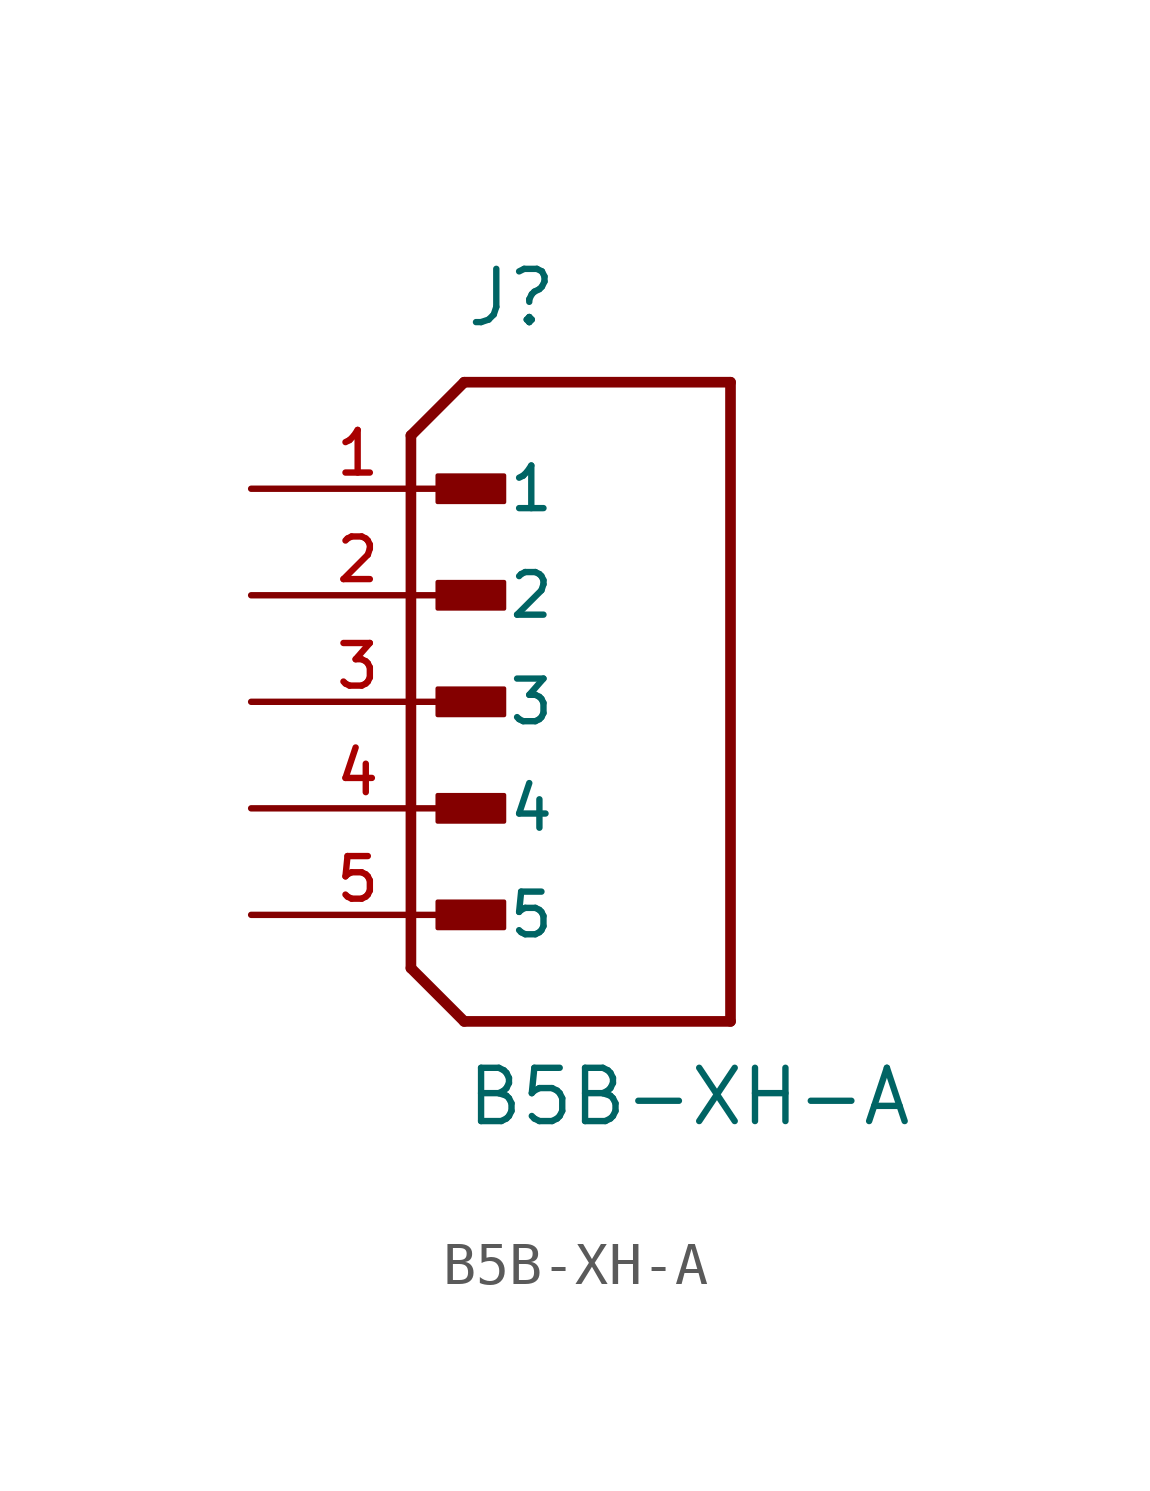
<source format=kicad_sym>
(kicad_symbol_lib
  (version 20211014)
  (generator kicad_symbol_editor)
  (symbol "B5B-XH-A"
    (pin_names
      (offset 1.016))
    (property "Reference" "J"
      (at -2.54 8.89 0)
      (effects (font (size 1.27 1.27)) (justify bottom left)))
    (property "Value" "B5B-XH-A"
      (at -2.54 -10.16 0)
      (effects (font (size 1.27 1.27)) (justify bottom left)))
    (symbol "B5B-XH-A_0_0"
      (polyline (pts (xy -3.81 6.35) (xy -2.54 7.62)) (stroke (width 0.254)))
      (polyline (pts (xy -3.81 6.35) (xy -3.81 -6.35)) (stroke (width 0.254)))
      (polyline (pts (xy -3.81 -6.35) (xy -2.54 -7.62)) (stroke (width 0.254)))
      (polyline (pts (xy -2.54 -7.62) (xy 3.81 -7.62)) (stroke (width 0.254)))
      (polyline (pts (xy 3.81 -7.62) (xy 3.81 7.62)) (stroke (width 0.254)))
      (polyline (pts (xy 3.81 7.62) (xy -2.54 7.62)) (stroke (width 0.254)))
      (rectangle (start -3.175 4.763) (end -1.587 5.397) (stroke (width 0.1)) (fill (type outline)))
      (rectangle (start -3.175 2.223) (end -1.587 2.857) (stroke (width 0.1)) (fill (type outline)))
      (rectangle (start -3.175 -0.318) (end -1.587 0.318) (stroke (width 0.1)) (fill (type outline)))
      (rectangle (start -3.175 -2.857) (end -1.587 -2.223) (stroke (width 0.1)) (fill (type outline)))
      (rectangle (start -3.175 -5.397) (end -1.587 -4.763) (stroke (width 0.1)) (fill (type outline)))
      (pin passive line (at -7.62 5.08 0) (length 5.08) (name "1" (effects (font (size 1.016 1.016)))) (number "1" (effects (font (size 1.016 1.016)))))
      (pin passive line (at -7.62 2.54 0) (length 5.08) (name "2" (effects (font (size 1.016 1.016)))) (number "2" (effects (font (size 1.016 1.016)))))
      (pin passive line (at -7.62 0.0 0) (length 5.08) (name "3" (effects (font (size 1.016 1.016)))) (number "3" (effects (font (size 1.016 1.016)))))
      (pin passive line (at -7.62 -2.54 0) (length 5.08) (name "4" (effects (font (size 1.016 1.016)))) (number "4" (effects (font (size 1.016 1.016)))))
      (pin passive line (at -7.62 -5.08 0) (length 5.08) (name "5" (effects (font (size 1.016 1.016)))) (number "5" (effects (font (size 1.016 1.016))))))))
</source>
